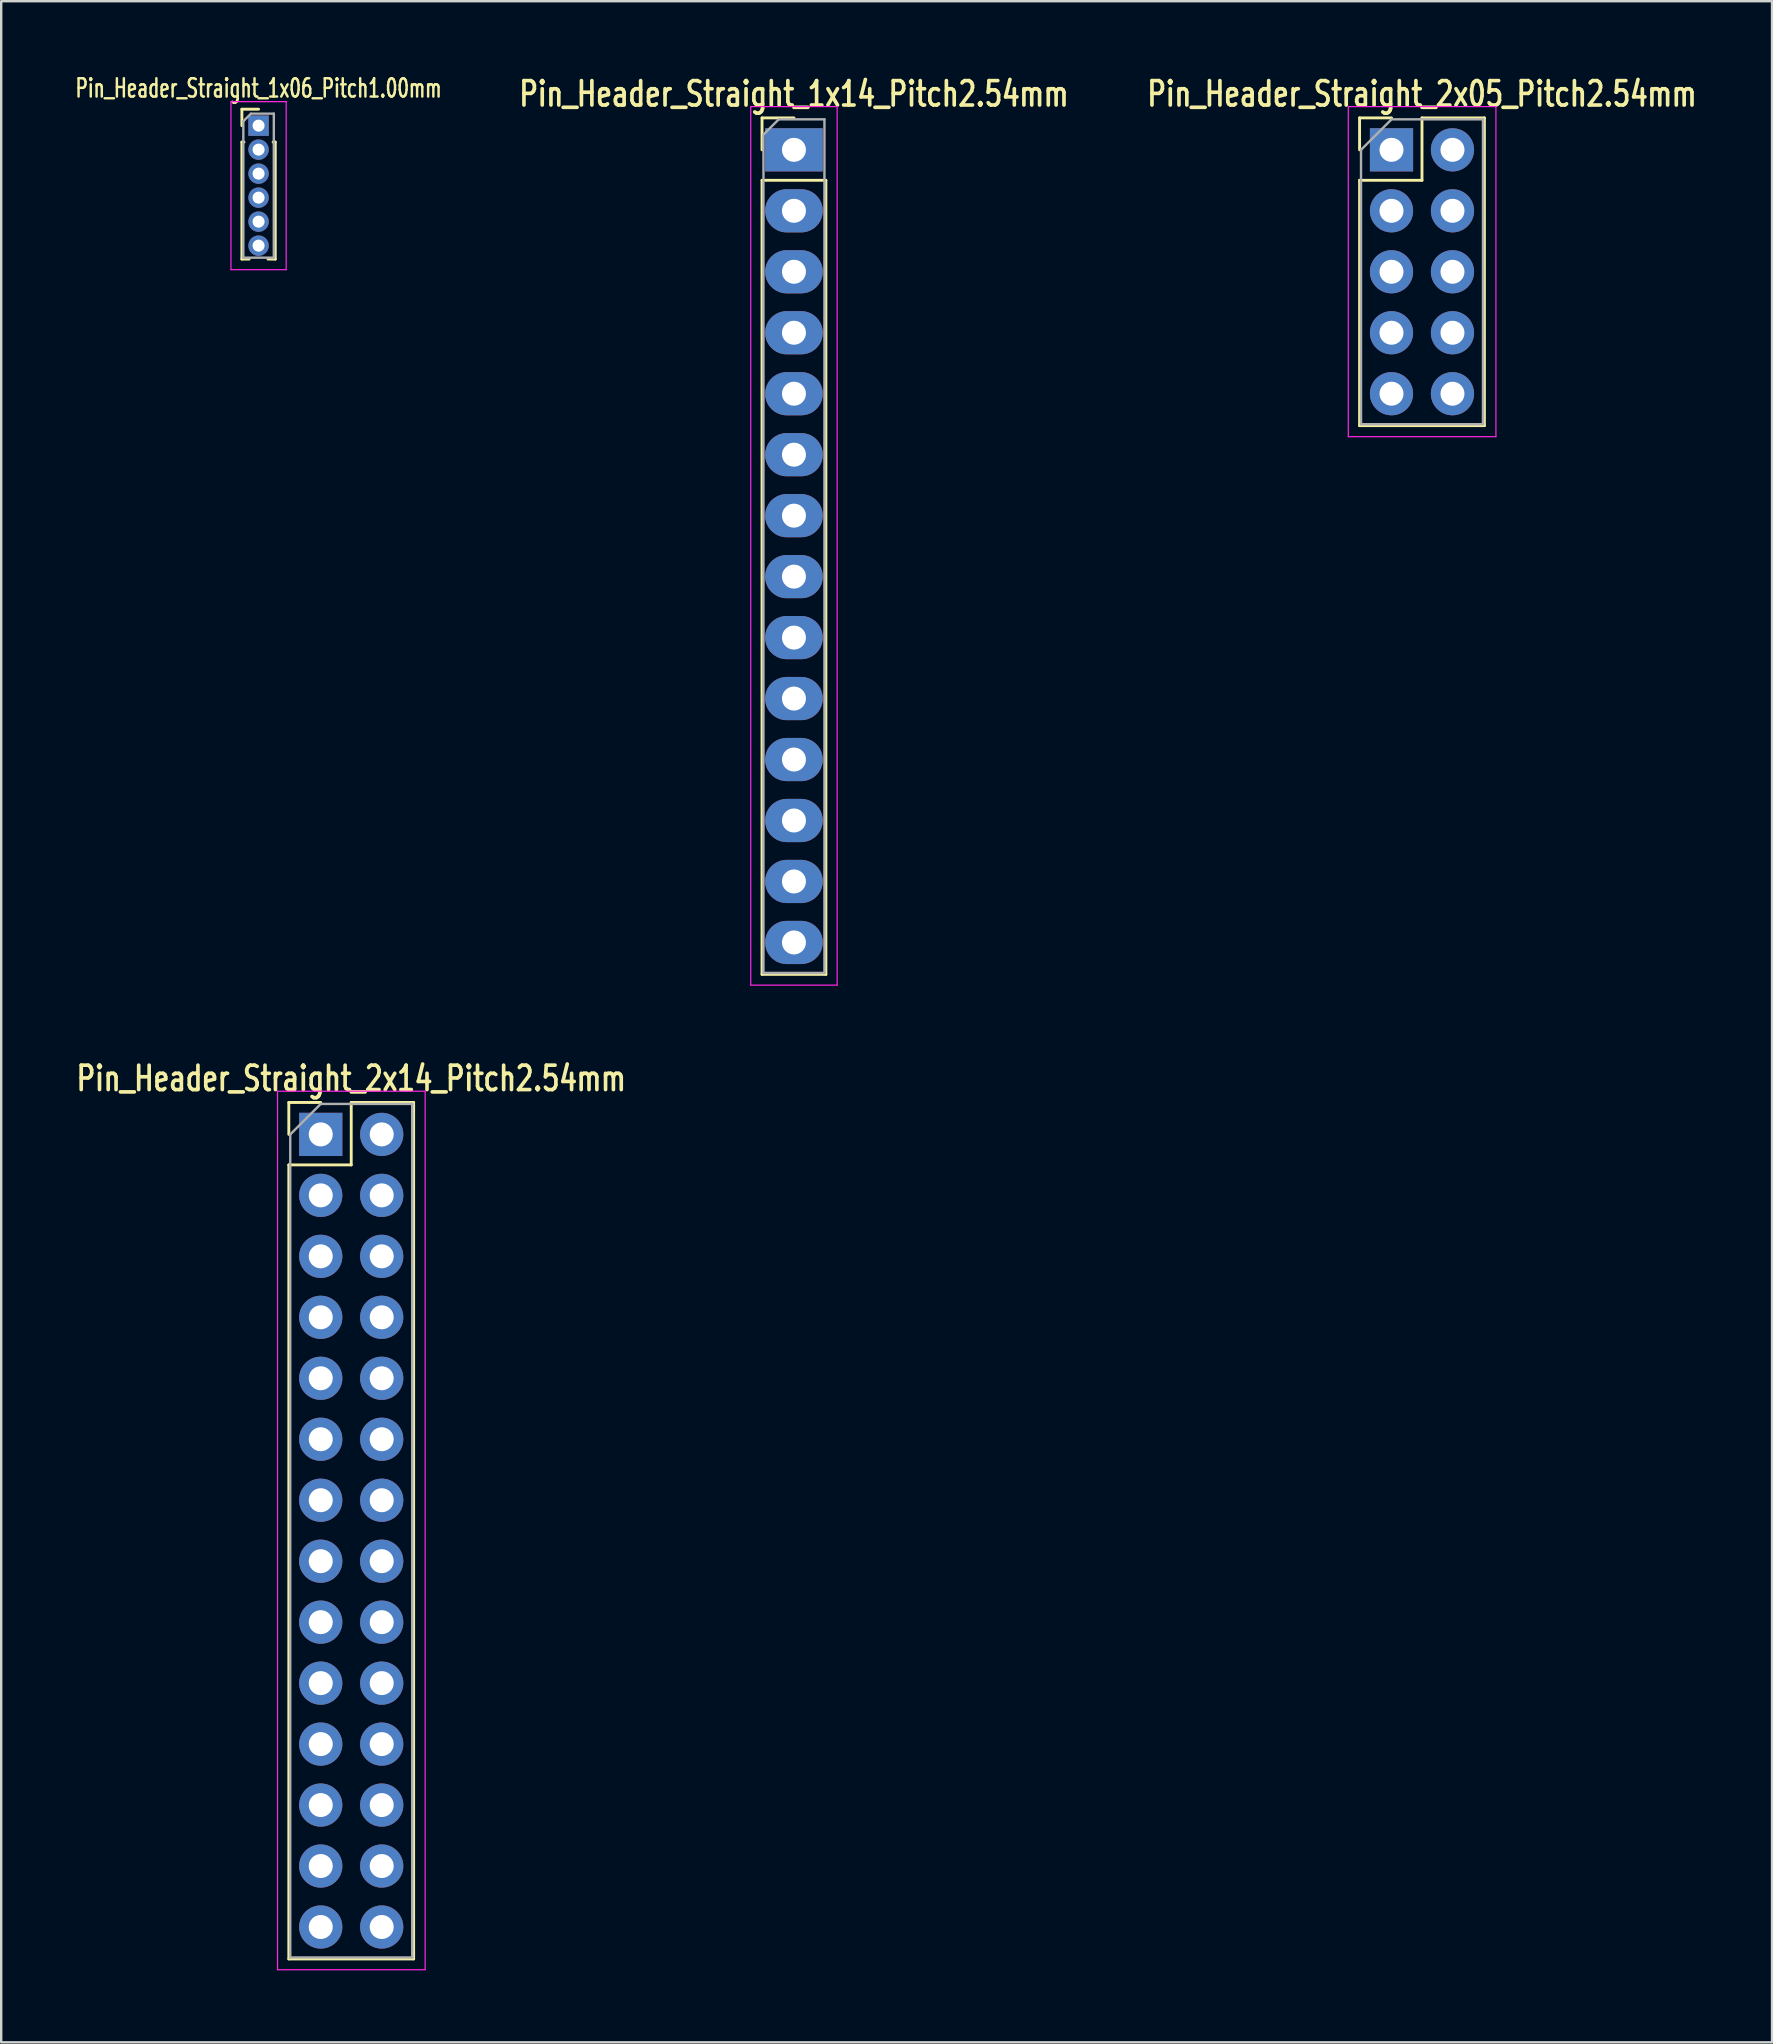
<source format=kicad_pcb>
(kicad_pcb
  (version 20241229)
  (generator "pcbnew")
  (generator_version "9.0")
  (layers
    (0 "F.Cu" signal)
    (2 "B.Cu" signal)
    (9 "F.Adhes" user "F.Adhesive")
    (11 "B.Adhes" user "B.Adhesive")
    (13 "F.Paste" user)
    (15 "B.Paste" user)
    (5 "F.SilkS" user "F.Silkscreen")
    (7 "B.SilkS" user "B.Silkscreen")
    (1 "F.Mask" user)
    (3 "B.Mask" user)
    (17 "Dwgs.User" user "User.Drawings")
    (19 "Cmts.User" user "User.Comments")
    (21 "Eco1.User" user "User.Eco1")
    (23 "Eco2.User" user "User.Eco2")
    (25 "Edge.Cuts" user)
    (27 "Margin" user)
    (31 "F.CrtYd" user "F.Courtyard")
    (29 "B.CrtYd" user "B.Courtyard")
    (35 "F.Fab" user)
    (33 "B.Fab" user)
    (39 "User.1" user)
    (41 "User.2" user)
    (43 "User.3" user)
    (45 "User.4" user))
  (footprint "Pin_Header_Straight_1x06_Pitch1.00mm"
    (layer "F.Cu")
    (at 7.722 2.184)
    (property "Reference" "Pin_Header_Straight_1x06_Pitch1.00mm" (at 0 -1.56 0) (layer "F.SilkS") (effects (font (size 0.762 0.508) (thickness 0.102))))
    (attr through_hole)
    (fp_line (start -0.695 -0.685) (end 0 -0.685) (stroke (width 0.12) (type solid)) (layer "F.SilkS"))
    (fp_line (start -0.695 0) (end -0.695 -0.685) (stroke (width 0.12) (type solid)) (layer "F.SilkS"))
    (fp_line (start -0.695 0.685) (end -0.695 5.56) (stroke (width 0.12) (type solid)) (layer "F.SilkS"))
    (fp_line (start -0.695 0.685) (end -0.608 0.685) (stroke (width 0.12) (type solid)) (layer "F.SilkS"))
    (fp_line (start -0.695 5.56) (end -0.394 5.56) (stroke (width 0.12) (type solid)) (layer "F.SilkS"))
    (fp_line (start 0.394 5.56) (end 0.695 5.56) (stroke (width 0.12) (type solid)) (layer "F.SilkS"))
    (fp_line (start 0.608 0.685) (end 0.695 0.685) (stroke (width 0.12) (type solid)) (layer "F.SilkS"))
    (fp_line (start 0.695 0.685) (end 0.695 5.56) (stroke (width 0.12) (type solid)) (layer "F.SilkS"))
    (fp_line (start -1.15 -1) (end -1.15 6) (stroke (width 0.05) (type solid)) (layer "F.CrtYd"))
    (fp_line (start -1.15 6) (end 1.15 6) (stroke (width 0.05) (type solid)) (layer "F.CrtYd"))
    (fp_line (start 1.15 -1) (end -1.15 -1) (stroke (width 0.05) (type solid)) (layer "F.CrtYd"))
    (fp_line (start 1.15 6) (end 1.15 -1) (stroke (width 0.05) (type solid)) (layer "F.CrtYd"))
    (fp_line (start -0.635 -0.182) (end -0.318 -0.5) (stroke (width 0.1) (type solid)) (layer "F.Fab"))
    (fp_line (start -0.635 5.5) (end -0.635 -0.182) (stroke (width 0.1) (type solid)) (layer "F.Fab"))
    (fp_line (start -0.318 -0.5) (end 0.635 -0.5) (stroke (width 0.1) (type solid)) (layer "F.Fab"))
    (fp_line (start 0.635 -0.5) (end 0.635 5.5) (stroke (width 0.1) (type solid)) (layer "F.Fab"))
    (fp_line (start 0.635 5.5) (end -0.635 5.5) (stroke (width 0.1) (type solid)) (layer "F.Fab"))
    (pad "1" thru_hole rect (at 0 0) (size 0.85 0.85) (drill 0.5) (layers "*.Cu" "*.Mask"))
    (pad "2" thru_hole oval (at 0 1) (size 0.85 0.85) (drill 0.5) (layers "*.Cu" "*.Mask"))
    (pad "3" thru_hole oval (at 0 2) (size 0.85 0.85) (drill 0.5) (layers "*.Cu" "*.Mask"))
    (pad "4" thru_hole oval (at 0 3) (size 0.85 0.85) (drill 0.5) (layers "*.Cu" "*.Mask"))
    (pad "5" thru_hole oval (at 0 4) (size 0.85 0.85) (drill 0.5) (layers "*.Cu" "*.Mask"))
    (pad "6" thru_hole oval (at 0 5) (size 0.85 0.85) (drill 0.5) (layers "*.Cu" "*.Mask")))
  (footprint "Pin_Header_Straight_2x14_Pitch2.54mm"
    (layer "F.Cu")
    (at 10.312 44.209)
    (property "Reference" "Pin_Header_Straight_2x14_Pitch2.54mm" (at 1.27 -2.33 0) (layer "F.SilkS") (effects (font (size 1.016 0.762) (thickness 0.152))))
    (attr through_hole)
    (fp_line (start -1.33 -1.33) (end 0 -1.33) (stroke (width 0.12) (type solid)) (layer "F.SilkS"))
    (fp_line (start -1.33 0) (end -1.33 -1.33) (stroke (width 0.12) (type solid)) (layer "F.SilkS"))
    (fp_line (start -1.33 1.27) (end -1.33 34.35) (stroke (width 0.12) (type solid)) (layer "F.SilkS"))
    (fp_line (start -1.33 1.27) (end 1.27 1.27) (stroke (width 0.12) (type solid)) (layer "F.SilkS"))
    (fp_line (start -1.33 34.35) (end 3.87 34.35) (stroke (width 0.12) (type solid)) (layer "F.SilkS"))
    (fp_line (start 1.27 -1.33) (end 3.87 -1.33) (stroke (width 0.12) (type solid)) (layer "F.SilkS"))
    (fp_line (start 1.27 1.27) (end 1.27 -1.33) (stroke (width 0.12) (type solid)) (layer "F.SilkS"))
    (fp_line (start 3.87 -1.33) (end 3.87 34.35) (stroke (width 0.12) (type solid)) (layer "F.SilkS"))
    (fp_line (start -1.8 -1.8) (end -1.8 34.8) (stroke (width 0.05) (type solid)) (layer "F.CrtYd"))
    (fp_line (start -1.8 34.8) (end 4.35 34.8) (stroke (width 0.05) (type solid)) (layer "F.CrtYd"))
    (fp_line (start 4.35 -1.8) (end -1.8 -1.8) (stroke (width 0.05) (type solid)) (layer "F.CrtYd"))
    (fp_line (start 4.35 34.8) (end 4.35 -1.8) (stroke (width 0.05) (type solid)) (layer "F.CrtYd"))
    (fp_line (start -1.27 0) (end 0 -1.27) (stroke (width 0.1) (type solid)) (layer "F.Fab"))
    (fp_line (start -1.27 34.29) (end -1.27 0) (stroke (width 0.1) (type solid)) (layer "F.Fab"))
    (fp_line (start 0 -1.27) (end 3.81 -1.27) (stroke (width 0.1) (type solid)) (layer "F.Fab"))
    (fp_line (start 3.81 -1.27) (end 3.81 34.29) (stroke (width 0.1) (type solid)) (layer "F.Fab"))
    (fp_line (start 3.81 34.29) (end -1.27 34.29) (stroke (width 0.1) (type solid)) (layer "F.Fab"))
    (pad "1" thru_hole rect (at 0 0) (size 1.8 1.8) (drill 1) (layers "*.Cu" "*.Mask"))
    (pad "2" thru_hole oval (at 2.54 0) (size 1.8 1.8) (drill 1) (layers "*.Cu" "*.Mask"))
    (pad "3" thru_hole oval (at 0 2.54) (size 1.8 1.8) (drill 1) (layers "*.Cu" "*.Mask"))
    (pad "4" thru_hole oval (at 2.54 2.54) (size 1.8 1.8) (drill 1) (layers "*.Cu" "*.Mask"))
    (pad "5" thru_hole oval (at 0 5.08) (size 1.8 1.8) (drill 1) (layers "*.Cu" "*.Mask"))
    (pad "6" thru_hole oval (at 2.54 5.08) (size 1.8 1.8) (drill 1) (layers "*.Cu" "*.Mask"))
    (pad "7" thru_hole oval (at 0 7.62) (size 1.8 1.8) (drill 1) (layers "*.Cu" "*.Mask"))
    (pad "8" thru_hole oval (at 2.54 7.62) (size 1.8 1.8) (drill 1) (layers "*.Cu" "*.Mask"))
    (pad "9" thru_hole oval (at 0 10.16) (size 1.8 1.8) (drill 1) (layers "*.Cu" "*.Mask"))
    (pad "10" thru_hole oval (at 2.54 10.16) (size 1.8 1.8) (drill 1) (layers "*.Cu" "*.Mask"))
    (pad "11" thru_hole oval (at 0 12.7) (size 1.8 1.8) (drill 1) (layers "*.Cu" "*.Mask"))
    (pad "12" thru_hole oval (at 2.54 12.7) (size 1.8 1.8) (drill 1) (layers "*.Cu" "*.Mask"))
    (pad "13" thru_hole oval (at 0 15.24) (size 1.8 1.8) (drill 1) (layers "*.Cu" "*.Mask"))
    (pad "14" thru_hole oval (at 2.54 15.24) (size 1.8 1.8) (drill 1) (layers "*.Cu" "*.Mask"))
    (pad "15" thru_hole oval (at 0 17.78) (size 1.8 1.8) (drill 1) (layers "*.Cu" "*.Mask"))
    (pad "16" thru_hole oval (at 2.54 17.78) (size 1.8 1.8) (drill 1) (layers "*.Cu" "*.Mask"))
    (pad "17" thru_hole oval (at 0 20.32) (size 1.8 1.8) (drill 1) (layers "*.Cu" "*.Mask"))
    (pad "18" thru_hole oval (at 2.54 20.32) (size 1.8 1.8) (drill 1) (layers "*.Cu" "*.Mask"))
    (pad "19" thru_hole oval (at 0 22.86) (size 1.8 1.8) (drill 1) (layers "*.Cu" "*.Mask"))
    (pad "20" thru_hole oval (at 2.54 22.86) (size 1.8 1.8) (drill 1) (layers "*.Cu" "*.Mask"))
    (pad "21" thru_hole oval (at 0 25.4) (size 1.8 1.8) (drill 1) (layers "*.Cu" "*.Mask"))
    (pad "22" thru_hole oval (at 2.54 25.4) (size 1.8 1.8) (drill 1) (layers "*.Cu" "*.Mask"))
    (pad "23" thru_hole oval (at 0 27.94) (size 1.8 1.8) (drill 1) (layers "*.Cu" "*.Mask"))
    (pad "24" thru_hole oval (at 2.54 27.94) (size 1.8 1.8) (drill 1) (layers "*.Cu" "*.Mask"))
    (pad "25" thru_hole oval (at 0 30.48) (size 1.8 1.8) (drill 1) (layers "*.Cu" "*.Mask"))
    (pad "26" thru_hole oval (at 2.54 30.48) (size 1.8 1.8) (drill 1) (layers "*.Cu" "*.Mask"))
    (pad "27" thru_hole oval (at 0 33.02) (size 1.8 1.8) (drill 1) (layers "*.Cu" "*.Mask"))
    (pad "28" thru_hole oval (at 2.54 33.02) (size 1.8 1.8) (drill 1) (layers "*.Cu" "*.Mask")))
  (footprint "Pin_Header_Straight_1x14_Pitch2.54mm"
    (layer "F.Cu")
    (at 30.026 3.192)
    (property "Reference" "Pin_Header_Straight_1x14_Pitch2.54mm" (at 0 -2.33 0) (layer "F.SilkS") (effects (font (size 1.016 0.762) (thickness 0.152))))
    (attr through_hole)
    (fp_line (start -1.33 -1.33) (end 0 -1.33) (stroke (width 0.12) (type solid)) (layer "F.SilkS"))
    (fp_line (start -1.33 0) (end -1.33 -1.33) (stroke (width 0.12) (type solid)) (layer "F.SilkS"))
    (fp_line (start -1.33 1.27) (end -1.33 34.35) (stroke (width 0.12) (type solid)) (layer "F.SilkS"))
    (fp_line (start -1.33 1.27) (end 1.33 1.27) (stroke (width 0.12) (type solid)) (layer "F.SilkS"))
    (fp_line (start -1.33 34.35) (end 1.33 34.35) (stroke (width 0.12) (type solid)) (layer "F.SilkS"))
    (fp_line (start 1.33 1.27) (end 1.33 34.35) (stroke (width 0.12) (type solid)) (layer "F.SilkS"))
    (fp_line (start -1.8 -1.8) (end -1.8 34.8) (stroke (width 0.05) (type solid)) (layer "F.CrtYd"))
    (fp_line (start -1.8 34.8) (end 1.8 34.8) (stroke (width 0.05) (type solid)) (layer "F.CrtYd"))
    (fp_line (start 1.8 -1.8) (end -1.8 -1.8) (stroke (width 0.05) (type solid)) (layer "F.CrtYd"))
    (fp_line (start 1.8 34.8) (end 1.8 -1.8) (stroke (width 0.05) (type solid)) (layer "F.CrtYd"))
    (fp_line (start -1.27 -0.635) (end -0.635 -1.27) (stroke (width 0.1) (type solid)) (layer "F.Fab"))
    (fp_line (start -1.27 34.29) (end -1.27 -0.635) (stroke (width 0.1) (type solid)) (layer "F.Fab"))
    (fp_line (start -0.635 -1.27) (end 1.27 -1.27) (stroke (width 0.1) (type solid)) (layer "F.Fab"))
    (fp_line (start 1.27 -1.27) (end 1.27 34.29) (stroke (width 0.1) (type solid)) (layer "F.Fab"))
    (fp_line (start 1.27 34.29) (end -1.27 34.29) (stroke (width 0.1) (type solid)) (layer "F.Fab"))
    (pad "1" thru_hole rect (at 0 0) (size 2.4 1.8) (drill 1) (layers "*.Cu" "*.Mask"))
    (pad "2" thru_hole oval (at 0 2.54) (size 2.4 1.8) (drill 1) (layers "*.Cu" "*.Mask"))
    (pad "3" thru_hole oval (at 0 5.08) (size 2.4 1.8) (drill 1) (layers "*.Cu" "*.Mask"))
    (pad "4" thru_hole oval (at 0 7.62) (size 2.4 1.8) (drill 1) (layers "*.Cu" "*.Mask"))
    (pad "5" thru_hole oval (at 0 10.16) (size 2.4 1.8) (drill 1) (layers "*.Cu" "*.Mask"))
    (pad "6" thru_hole oval (at 0 12.7) (size 2.4 1.8) (drill 1) (layers "*.Cu" "*.Mask"))
    (pad "7" thru_hole oval (at 0 15.24) (size 2.4 1.8) (drill 1) (layers "*.Cu" "*.Mask"))
    (pad "8" thru_hole oval (at 0 17.78) (size 2.4 1.8) (drill 1) (layers "*.Cu" "*.Mask"))
    (pad "9" thru_hole oval (at 0 20.32) (size 2.4 1.8) (drill 1) (layers "*.Cu" "*.Mask"))
    (pad "10" thru_hole oval (at 0 22.86) (size 2.4 1.8) (drill 1) (layers "*.Cu" "*.Mask"))
    (pad "11" thru_hole oval (at 0 25.4) (size 2.4 1.8) (drill 1) (layers "*.Cu" "*.Mask"))
    (pad "12" thru_hole oval (at 0 27.94) (size 2.4 1.8) (drill 1) (layers "*.Cu" "*.Mask"))
    (pad "13" thru_hole oval (at 0 30.48) (size 2.4 1.8) (drill 1) (layers "*.Cu" "*.Mask"))
    (pad "14" thru_hole oval (at 0 33.02) (size 2.4 1.8) (drill 1) (layers "*.Cu" "*.Mask")))
  (footprint "Pin_Header_Straight_2x05_Pitch2.54mm"
    (layer "F.Cu")
    (at 54.92 3.192)
    (property "Reference" "Pin_Header_Straight_2x05_Pitch2.54mm" (at 1.27 -2.33 0) (layer "F.SilkS") (effects (font (size 1.016 0.762) (thickness 0.152))))
    (attr through_hole)
    (fp_line (start -1.33 -1.33) (end 0 -1.33) (stroke (width 0.12) (type solid)) (layer "F.SilkS"))
    (fp_line (start -1.33 0) (end -1.33 -1.33) (stroke (width 0.12) (type solid)) (layer "F.SilkS"))
    (fp_line (start -1.33 1.27) (end -1.33 11.49) (stroke (width 0.12) (type solid)) (layer "F.SilkS"))
    (fp_line (start -1.33 1.27) (end 1.27 1.27) (stroke (width 0.12) (type solid)) (layer "F.SilkS"))
    (fp_line (start -1.33 11.49) (end 3.87 11.49) (stroke (width 0.12) (type solid)) (layer "F.SilkS"))
    (fp_line (start 1.27 -1.33) (end 3.87 -1.33) (stroke (width 0.12) (type solid)) (layer "F.SilkS"))
    (fp_line (start 1.27 1.27) (end 1.27 -1.33) (stroke (width 0.12) (type solid)) (layer "F.SilkS"))
    (fp_line (start 3.87 -1.33) (end 3.87 11.49) (stroke (width 0.12) (type solid)) (layer "F.SilkS"))
    (fp_line (start -1.8 -1.8) (end -1.8 11.95) (stroke (width 0.05) (type solid)) (layer "F.CrtYd"))
    (fp_line (start -1.8 11.95) (end 4.35 11.95) (stroke (width 0.05) (type solid)) (layer "F.CrtYd"))
    (fp_line (start 4.35 -1.8) (end -1.8 -1.8) (stroke (width 0.05) (type solid)) (layer "F.CrtYd"))
    (fp_line (start 4.35 11.95) (end 4.35 -1.8) (stroke (width 0.05) (type solid)) (layer "F.CrtYd"))
    (fp_line (start -1.27 0) (end 0 -1.27) (stroke (width 0.1) (type solid)) (layer "F.Fab"))
    (fp_line (start -1.27 11.43) (end -1.27 0) (stroke (width 0.1) (type solid)) (layer "F.Fab"))
    (fp_line (start 0 -1.27) (end 3.81 -1.27) (stroke (width 0.1) (type solid)) (layer "F.Fab"))
    (fp_line (start 3.81 -1.27) (end 3.81 11.43) (stroke (width 0.1) (type solid)) (layer "F.Fab"))
    (fp_line (start 3.81 11.43) (end -1.27 11.43) (stroke (width 0.1) (type solid)) (layer "F.Fab"))
    (pad "1" thru_hole rect (at 0 0) (size 1.8 1.8) (drill 1) (layers "*.Cu" "*.Mask"))
    (pad "2" thru_hole oval (at 2.54 0) (size 1.8 1.8) (drill 1) (layers "*.Cu" "*.Mask"))
    (pad "3" thru_hole oval (at 0 2.54) (size 1.8 1.8) (drill 1) (layers "*.Cu" "*.Mask"))
    (pad "4" thru_hole oval (at 2.54 2.54) (size 1.8 1.8) (drill 1) (layers "*.Cu" "*.Mask"))
    (pad "5" thru_hole oval (at 0 5.08) (size 1.8 1.8) (drill 1) (layers "*.Cu" "*.Mask"))
    (pad "6" thru_hole oval (at 2.54 5.08) (size 1.8 1.8) (drill 1) (layers "*.Cu" "*.Mask"))
    (pad "7" thru_hole oval (at 0 7.62) (size 1.8 1.8) (drill 1) (layers "*.Cu" "*.Mask"))
    (pad "8" thru_hole oval (at 2.54 7.62) (size 1.8 1.8) (drill 1) (layers "*.Cu" "*.Mask"))
    (pad "9" thru_hole oval (at 0 10.16) (size 1.8 1.8) (drill 1) (layers "*.Cu" "*.Mask"))
    (pad "10" thru_hole oval (at 2.54 10.16) (size 1.8 1.8) (drill 1) (layers "*.Cu" "*.Mask")))
  (gr_rect
    (start -3 -3)
    (end 70.773 82.034)
    (stroke (width 0.1) (type default))
    (fill no)
    (layer "Edge.Cuts")))
</source>
